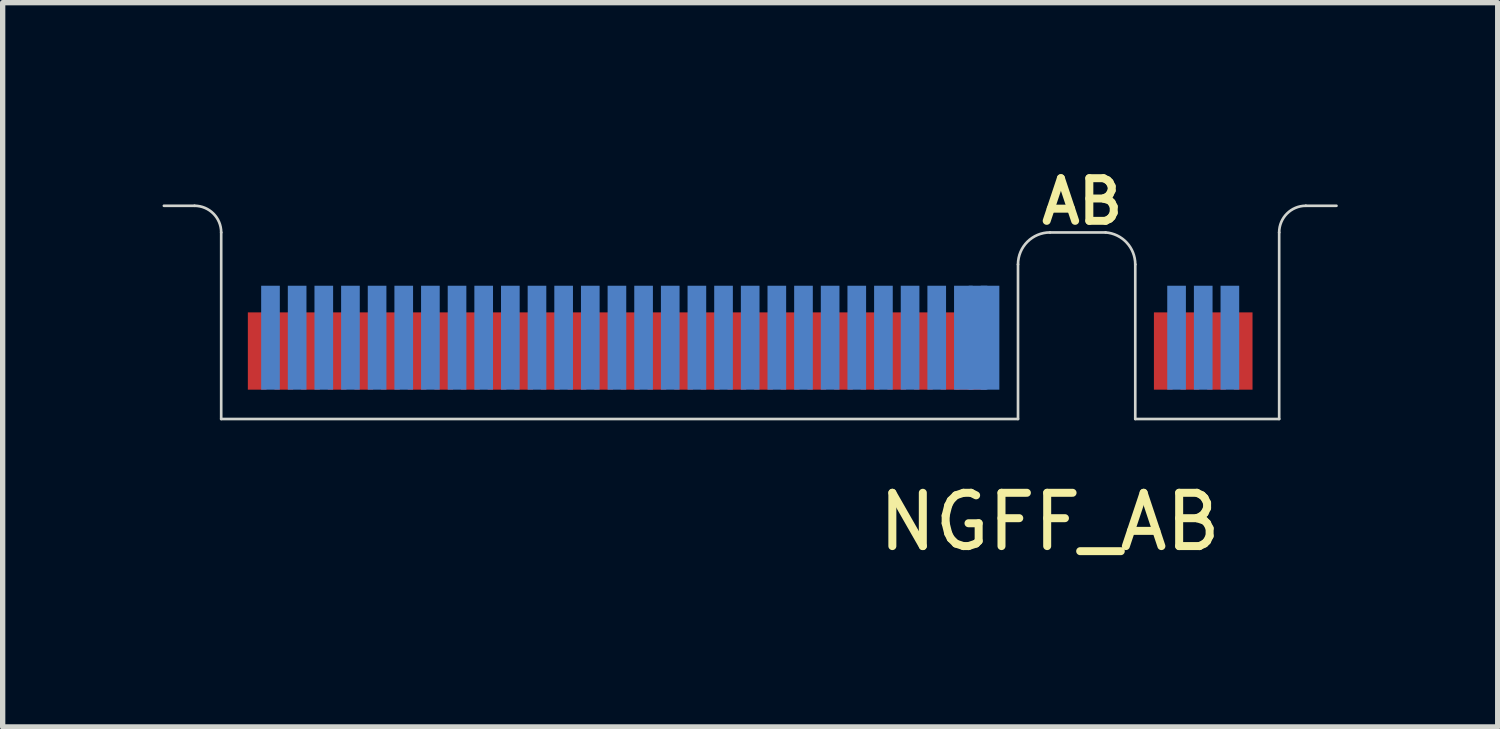
<source format=kicad_pcb>
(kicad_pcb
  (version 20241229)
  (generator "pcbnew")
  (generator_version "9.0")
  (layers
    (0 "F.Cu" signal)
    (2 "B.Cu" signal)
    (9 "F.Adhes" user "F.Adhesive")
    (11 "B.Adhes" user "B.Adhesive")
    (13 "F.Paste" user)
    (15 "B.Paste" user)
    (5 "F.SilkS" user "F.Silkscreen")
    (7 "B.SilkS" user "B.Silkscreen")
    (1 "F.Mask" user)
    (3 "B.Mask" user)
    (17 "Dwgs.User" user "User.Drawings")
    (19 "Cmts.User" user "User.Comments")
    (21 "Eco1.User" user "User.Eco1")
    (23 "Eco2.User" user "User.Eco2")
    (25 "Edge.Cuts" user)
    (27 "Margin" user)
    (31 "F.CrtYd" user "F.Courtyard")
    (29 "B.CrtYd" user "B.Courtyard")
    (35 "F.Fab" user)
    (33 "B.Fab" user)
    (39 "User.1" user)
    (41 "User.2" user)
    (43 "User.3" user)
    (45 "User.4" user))
  (footprint "NGFF_AB"
    (layer "F.Cu")
    (at 11.025 4.811)
    (property "Reference" "NGFF_AB" (at 5.62 1.93 0) (layer "F.SilkS") (effects (font (size 1 1) (thickness 0.15))))
    (attr through_hole)
    (fp_poly (pts (xy -9.925 0) (xy 5.015 0) (xy 5.015 -2) (xy -9.925 -2)) (stroke (width 0.1) (type solid)) (fill yes) (layer "F.Mask"))
    (fp_poly (pts (xy 7.225 0) (xy 9.925 0) (xy 9.925 -2) (xy 7.225 -2)) (stroke (width 0.1) (type solid)) (fill yes) (layer "F.Mask"))
    (fp_poly (pts (xy -9.925 0) (xy 4.995 0) (xy 4.995 -2.5) (xy -9.925 -2.5)) (stroke (width 0.1) (type solid)) (fill yes) (layer "B.Mask"))
    (fp_poly (pts (xy 7.225 0) (xy 9.925 0) (xy 9.925 -2.5) (xy 7.225 -2.5)) (stroke (width 0.1) (type solid)) (fill yes) (layer "B.Mask"))
    (fp_line (start -11 -4) (end -10.425 -4) (stroke (width 0.05) (type solid)) (layer "Edge.Cuts"))
    (fp_line (start -9.925 -3.5) (end -9.925 0) (stroke (width 0.05) (type solid)) (layer "Edge.Cuts"))
    (fp_line (start -9.925 0) (end 5.025 0) (stroke (width 0.05) (type solid)) (layer "Edge.Cuts"))
    (fp_line (start 5.025 0) (end 5.025 -2.9) (stroke (width 0.05) (type solid)) (layer "Edge.Cuts"))
    (fp_line (start 5.625 -3.5) (end 6.668 -3.5) (stroke (width 0.05) (type solid)) (layer "Edge.Cuts"))
    (fp_line (start 7.225 -2.9) (end 7.225 0) (stroke (width 0.05) (type solid)) (layer "Edge.Cuts"))
    (fp_line (start 7.225 0) (end 9.925 0) (stroke (width 0.05) (type solid)) (layer "Edge.Cuts"))
    (fp_line (start 9.925 0) (end 9.925 -3.5) (stroke (width 0.05) (type solid)) (layer "Edge.Cuts"))
    (fp_line (start 10.425 -4) (end 11 -4) (stroke (width 0.05) (type solid)) (layer "Edge.Cuts"))
    (fp_arc (start -10.425 -4) (mid -10.071447 -3.853553) (end -9.925 -3.5) (stroke (width 0.05) (type solid)) (layer "Edge.Cuts"))
    (fp_arc (start 5.025 -2.9) (mid 5.200724 -3.324332) (end 5.625 -3.5) (stroke (width 0.05) (type solid)) (layer "Edge.Cuts"))
    (fp_arc (start 6.6675 -3.5) (mid 7.064112 -3.309514) (end 7.225 -2.9) (stroke (width 0.05) (type solid)) (layer "Edge.Cuts"))
    (fp_arc (start 9.925 -3.5) (mid 10.071447 -3.853553) (end 10.425 -4) (stroke (width 0.05) (type solid)) (layer "Edge.Cuts"))
    (fp_text user "AB" (at 6.23 -4.08 0) (layer "F.SilkS") (effects (font (size 0.8 0.8) (thickness 0.15))))
    (pad "1" smd rect (at 9.25 -1.275) (size 0.35 1.45) (layers "F.Cu"))
    (pad "2" smd rect (at 9 -1.525) (size 0.35 1.95) (layers "B.Cu"))
    (pad "3" smd rect (at 8.75 -1.275) (size 0.35 1.45) (layers "F.Cu"))
    (pad "3V3" smd rect (at 4.025 -1.275) (size 0.35 1.45) (layers "F.Cu"))
    (pad "4" smd rect (at 8.5 -1.525) (size 0.35 1.95) (layers "B.Cu"))
    (pad "5" smd rect (at 8.25 -1.275) (size 0.35 1.45) (layers "F.Cu"))
    (pad "6" smd rect (at 8 -1.525) (size 0.35 1.95) (layers "B.Cu"))
    (pad "7" smd rect (at 7.75 -1.275) (size 0.35 1.45) (layers "F.Cu"))
    (pad "12V" smd rect (at 4.275 -1.525) (size 0.35 1.95) (layers "B.Cu"))
    (pad "20" smd rect (at 4.5 -1.525) (size 0.35 1.95) (layers "B.Cu"))
    (pad "21" smd rect (at 4.25 -1.275) (size 0.35 1.45) (layers "F.Cu"))
    (pad "22" smd rect (at 4 -1.525) (size 0.35 1.95) (layers "B.Cu"))
    (pad "23" smd rect (at 3.75 -1.275) (size 0.35 1.45) (layers "F.Cu"))
    (pad "24" smd rect (at 3.5 -1.525) (size 0.35 1.95) (layers "B.Cu"))
    (pad "25" smd rect (at 3.25 -1.275) (size 0.35 1.45) (layers "F.Cu"))
    (pad "26" smd rect (at 3 -1.525) (size 0.35 1.95) (layers "B.Cu"))
    (pad "27" smd rect (at 2.75 -1.275) (size 0.35 1.45) (layers "F.Cu"))
    (pad "28" smd rect (at 2.5 -1.525) (size 0.35 1.95) (layers "B.Cu"))
    (pad "29" smd rect (at 2.25 -1.275) (size 0.35 1.45) (layers "F.Cu"))
    (pad "30" smd rect (at 2 -1.525) (size 0.35 1.95) (layers "B.Cu"))
    (pad "31" smd rect (at 1.75 -1.275) (size 0.35 1.45) (layers "F.Cu"))
    (pad "32" smd rect (at 1.5 -1.525) (size 0.35 1.95) (layers "B.Cu"))
    (pad "33" smd rect (at 1.25 -1.275) (size 0.35 1.45) (layers "F.Cu"))
    (pad "34" smd rect (at 1 -1.525) (size 0.35 1.95) (layers "B.Cu"))
    (pad "35" smd rect (at 0.75 -1.275) (size 0.35 1.45) (layers "F.Cu"))
    (pad "36" smd rect (at 0.5 -1.525) (size 0.35 1.95) (layers "B.Cu"))
    (pad "37" smd rect (at 0.25 -1.275) (size 0.35 1.45) (layers "F.Cu"))
    (pad "38" smd rect (at 0 -1.525) (size 0.35 1.95) (layers "B.Cu"))
    (pad "39" smd rect (at -0.25 -1.275) (size 0.35 1.45) (layers "F.Cu"))
    (pad "40" smd rect (at -0.5 -1.525) (size 0.35 1.95) (layers "B.Cu"))
    (pad "41" smd rect (at -0.75 -1.275) (size 0.35 1.45) (layers "F.Cu"))
    (pad "42" smd rect (at -1 -1.525) (size 0.35 1.95) (layers "B.Cu"))
    (pad "43" smd rect (at -1.25 -1.275) (size 0.35 1.45) (layers "F.Cu"))
    (pad "44" smd rect (at -1.5 -1.525) (size 0.35 1.95) (layers "B.Cu"))
    (pad "45" smd rect (at -1.75 -1.275) (size 0.35 1.45) (layers "F.Cu"))
    (pad "46" smd rect (at -2 -1.525) (size 0.35 1.95) (layers "B.Cu"))
    (pad "47" smd rect (at -2.25 -1.275) (size 0.35 1.45) (layers "F.Cu"))
    (pad "48" smd rect (at -2.5 -1.525) (size 0.35 1.95) (layers "B.Cu"))
    (pad "49" smd rect (at -2.75 -1.275) (size 0.35 1.45) (layers "F.Cu"))
    (pad "50" smd rect (at -3 -1.525) (size 0.35 1.95) (layers "B.Cu"))
    (pad "51" smd rect (at -3.25 -1.275) (size 0.35 1.45) (layers "F.Cu"))
    (pad "52" smd rect (at -3.5 -1.525) (size 0.35 1.95) (layers "B.Cu"))
    (pad "53" smd rect (at -3.75 -1.275) (size 0.35 1.45) (layers "F.Cu"))
    (pad "54" smd rect (at -4 -1.525) (size 0.35 1.95) (layers "B.Cu"))
    (pad "55" smd rect (at -4.25 -1.275) (size 0.35 1.45) (layers "F.Cu"))
    (pad "56" smd rect (at -4.5 -1.525) (size 0.35 1.95) (layers "B.Cu"))
    (pad "57" smd rect (at -4.75 -1.275) (size 0.35 1.45) (layers "F.Cu"))
    (pad "58" smd rect (at -5 -1.525) (size 0.35 1.95) (layers "B.Cu"))
    (pad "59" smd rect (at -5.25 -1.275) (size 0.35 1.45) (layers "F.Cu"))
    (pad "60" smd rect (at -5.5 -1.525) (size 0.35 1.95) (layers "B.Cu"))
    (pad "61" smd rect (at -5.75 -1.275) (size 0.35 1.45) (layers "F.Cu"))
    (pad "62" smd rect (at -6 -1.525) (size 0.35 1.95) (layers "B.Cu"))
    (pad "63" smd rect (at -6.25 -1.275) (size 0.35 1.45) (layers "F.Cu"))
    (pad "64" smd rect (at -6.5 -1.525) (size 0.35 1.95) (layers "B.Cu"))
    (pad "65" smd rect (at -6.75 -1.275) (size 0.35 1.45) (layers "F.Cu"))
    (pad "66" smd rect (at -7 -1.525) (size 0.35 1.95) (layers "B.Cu"))
    (pad "67" smd rect (at -7.25 -1.275) (size 0.35 1.45) (layers "F.Cu"))
    (pad "68" smd rect (at -7.5 -1.525) (size 0.35 1.95) (layers "B.Cu"))
    (pad "69" smd rect (at -7.75 -1.275) (size 0.35 1.45) (layers "F.Cu"))
    (pad "70" smd rect (at -8 -1.525) (size 0.35 1.95) (layers "B.Cu"))
    (pad "71" smd rect (at -8.25 -1.275) (size 0.35 1.45) (layers "F.Cu"))
    (pad "72" smd rect (at -8.5 -1.525) (size 0.35 1.95) (layers "B.Cu"))
    (pad "73" smd rect (at -8.75 -1.275) (size 0.35 1.45) (layers "F.Cu"))
    (pad "74" smd rect (at -9 -1.525) (size 0.35 1.95) (layers "B.Cu"))
    (pad "75" smd rect (at -9.25 -1.275) (size 0.35 1.45) (layers "F.Cu")))
  (gr_rect
    (start -3 -3)
    (end 25.05 10.589)
    (stroke (width 0.1) (type default))
    (fill no)
    (layer "Edge.Cuts")))
</source>
